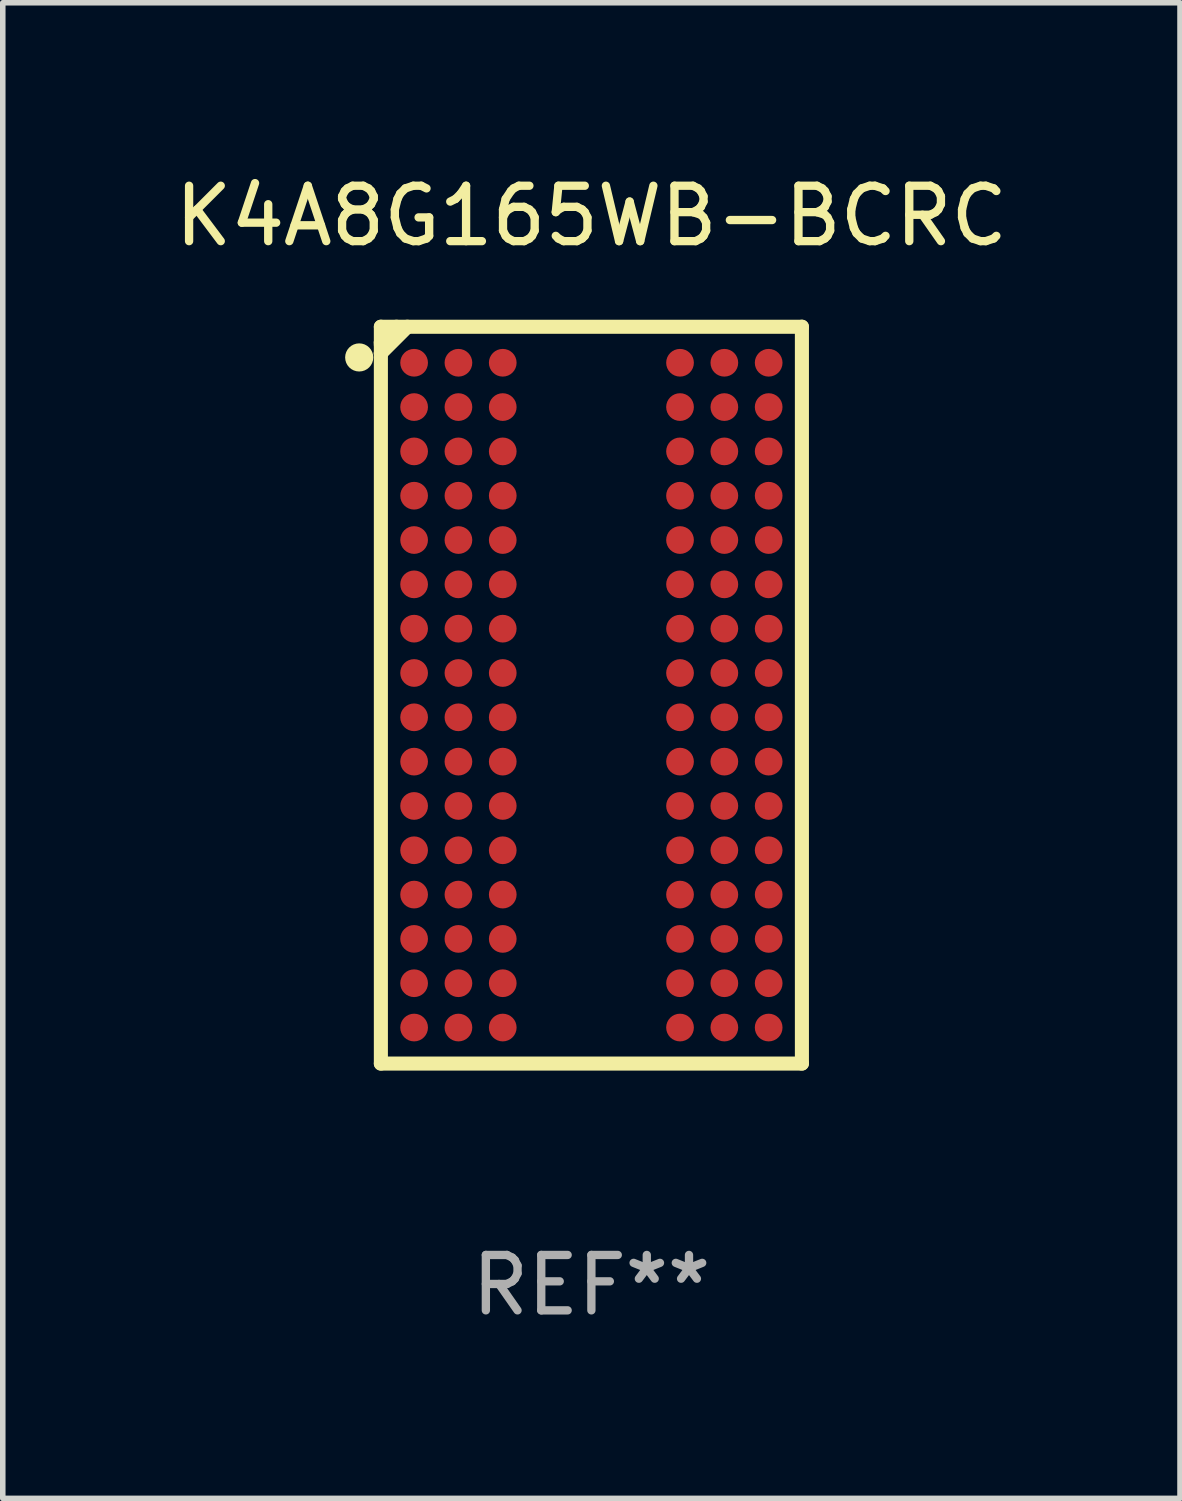
<source format=kicad_pcb>
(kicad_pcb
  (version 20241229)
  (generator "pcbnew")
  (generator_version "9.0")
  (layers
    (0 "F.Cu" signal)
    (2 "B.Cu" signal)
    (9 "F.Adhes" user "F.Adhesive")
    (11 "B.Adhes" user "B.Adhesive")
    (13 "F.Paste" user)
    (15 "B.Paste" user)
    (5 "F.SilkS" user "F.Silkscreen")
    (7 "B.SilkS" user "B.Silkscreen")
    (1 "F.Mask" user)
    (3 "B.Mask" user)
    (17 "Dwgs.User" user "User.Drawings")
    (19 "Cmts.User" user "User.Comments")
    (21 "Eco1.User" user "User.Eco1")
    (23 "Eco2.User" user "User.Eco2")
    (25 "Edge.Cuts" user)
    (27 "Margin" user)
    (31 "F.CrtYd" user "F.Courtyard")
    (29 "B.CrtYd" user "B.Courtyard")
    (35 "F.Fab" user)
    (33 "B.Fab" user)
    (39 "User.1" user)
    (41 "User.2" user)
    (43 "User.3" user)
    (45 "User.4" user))
  (footprint "K4A8G165WB-BCRC"
    (layer "F.Cu")
    (at 7.625 9.498)
    (property "Reference" "K4A8G165WB-BCRC" (at 0 -8.65 0) (layer "F.SilkS") (effects (font (size 1 1) (thickness 0.15))))
    (attr through_hole)
    (fp_line (start -3.8 -6.65) (end -3.8 6.65) (stroke (width 0.254) (type solid)) (layer "F.SilkS"))
    (fp_line (start -3.8 -6.65) (end 3.8 -6.65) (stroke (width 0.254) (type solid)) (layer "F.SilkS"))
    (fp_line (start -3.8 -6.368) (end -3.8 -6.323) (stroke (width 0.254) (type solid)) (layer "F.SilkS"))
    (fp_line (start -3.8 -6.172) (end -3.8 -6.163) (stroke (width 0.254) (type solid)) (layer "F.SilkS"))
    (fp_line (start -3.8 6.65) (end 3.8 6.65) (stroke (width 0.254) (type solid)) (layer "F.SilkS"))
    (fp_line (start -3.518 -6.65) (end -3.8 -6.368) (stroke (width 0.254) (type solid)) (layer "F.SilkS"))
    (fp_line (start -3.322 -6.65) (end -3.8 -6.172) (stroke (width 0.254) (type solid)) (layer "F.SilkS"))
    (fp_line (start 3.8 -6.65) (end 3.8 6.65) (stroke (width 0.254) (type solid)) (layer "F.SilkS"))
    (fp_circle (center -4.191 -6.096) (end -4.064 -6.096) (stroke (width 0.254) (type solid)) (fill no) (layer "F.SilkS"))
    (fp_circle (center -3.75 -6.65) (end -3.72 -6.65) (stroke (width 0.06) (type solid)) (fill no) (layer "F.SilkS"))
    (fp_text user "REF**" (at 0 10.65 0) (layer "F.Fab") (effects (font (size 1 1) (thickness 0.15))))
    (pad "A1" smd circle (at -3.2 -6) (size 0.5 0.5) (layers "F.Cu" "F.Mask" "F.Paste"))
    (pad "A2" smd circle (at -2.4 -6) (size 0.5 0.5) (layers "F.Cu" "F.Mask" "F.Paste"))
    (pad "A3" smd circle (at -1.6 -6) (size 0.5 0.5) (layers "F.Cu" "F.Mask" "F.Paste"))
    (pad "A7" smd circle (at 1.6 -6) (size 0.5 0.5) (layers "F.Cu" "F.Mask" "F.Paste"))
    (pad "A8" smd circle (at 2.4 -6) (size 0.5 0.5) (layers "F.Cu" "F.Mask" "F.Paste"))
    (pad "A9" smd circle (at 3.2 -6) (size 0.5 0.5) (layers "F.Cu" "F.Mask" "F.Paste"))
    (pad "B1" smd circle (at -3.2 -5.2) (size 0.5 0.5) (layers "F.Cu" "F.Mask" "F.Paste"))
    (pad "B2" smd circle (at -2.4 -5.2) (size 0.5 0.5) (layers "F.Cu" "F.Mask" "F.Paste"))
    (pad "B3" smd circle (at -1.6 -5.2) (size 0.5 0.5) (layers "F.Cu" "F.Mask" "F.Paste"))
    (pad "B7" smd circle (at 1.6 -5.2) (size 0.5 0.5) (layers "F.Cu" "F.Mask" "F.Paste"))
    (pad "B8" smd circle (at 2.4 -5.2) (size 0.5 0.5) (layers "F.Cu" "F.Mask" "F.Paste"))
    (pad "B9" smd circle (at 3.2 -5.2) (size 0.5 0.5) (layers "F.Cu" "F.Mask" "F.Paste"))
    (pad "C1" smd circle (at -3.2 -4.4) (size 0.5 0.5) (layers "F.Cu" "F.Mask" "F.Paste"))
    (pad "C2" smd circle (at -2.4 -4.4) (size 0.5 0.5) (layers "F.Cu" "F.Mask" "F.Paste"))
    (pad "C3" smd circle (at -1.6 -4.4) (size 0.5 0.5) (layers "F.Cu" "F.Mask" "F.Paste"))
    (pad "C7" smd circle (at 1.6 -4.4) (size 0.5 0.5) (layers "F.Cu" "F.Mask" "F.Paste"))
    (pad "C8" smd circle (at 2.4 -4.4) (size 0.5 0.5) (layers "F.Cu" "F.Mask" "F.Paste"))
    (pad "C9" smd circle (at 3.2 -4.4) (size 0.5 0.5) (layers "F.Cu" "F.Mask" "F.Paste"))
    (pad "D1" smd circle (at -3.2 -3.6) (size 0.5 0.5) (layers "F.Cu" "F.Mask" "F.Paste"))
    (pad "D2" smd circle (at -2.4 -3.6) (size 0.5 0.5) (layers "F.Cu" "F.Mask" "F.Paste"))
    (pad "D3" smd circle (at -1.6 -3.6) (size 0.5 0.5) (layers "F.Cu" "F.Mask" "F.Paste"))
    (pad "D7" smd circle (at 1.6 -3.6) (size 0.5 0.5) (layers "F.Cu" "F.Mask" "F.Paste"))
    (pad "D8" smd circle (at 2.4 -3.6) (size 0.5 0.5) (layers "F.Cu" "F.Mask" "F.Paste"))
    (pad "D9" smd circle (at 3.2 -3.6) (size 0.5 0.5) (layers "F.Cu" "F.Mask" "F.Paste"))
    (pad "E1" smd circle (at -3.2 -2.8) (size 0.5 0.5) (layers "F.Cu" "F.Mask" "F.Paste"))
    (pad "E2" smd circle (at -2.4 -2.8) (size 0.5 0.5) (layers "F.Cu" "F.Mask" "F.Paste"))
    (pad "E3" smd circle (at -1.6 -2.8) (size 0.5 0.5) (layers "F.Cu" "F.Mask" "F.Paste"))
    (pad "E7" smd circle (at 1.6 -2.8) (size 0.5 0.5) (layers "F.Cu" "F.Mask" "F.Paste"))
    (pad "E8" smd circle (at 2.4 -2.8) (size 0.5 0.5) (layers "F.Cu" "F.Mask" "F.Paste"))
    (pad "E9" smd circle (at 3.2 -2.8) (size 0.5 0.5) (layers "F.Cu" "F.Mask" "F.Paste"))
    (pad "F1" smd circle (at -3.2 -2) (size 0.5 0.5) (layers "F.Cu" "F.Mask" "F.Paste"))
    (pad "F2" smd circle (at -2.4 -2) (size 0.5 0.5) (layers "F.Cu" "F.Mask" "F.Paste"))
    (pad "F3" smd circle (at -1.6 -2) (size 0.5 0.5) (layers "F.Cu" "F.Mask" "F.Paste"))
    (pad "F7" smd circle (at 1.6 -2) (size 0.5 0.5) (layers "F.Cu" "F.Mask" "F.Paste"))
    (pad "F8" smd circle (at 2.4 -2) (size 0.5 0.5) (layers "F.Cu" "F.Mask" "F.Paste"))
    (pad "F9" smd circle (at 3.2 -2) (size 0.5 0.5) (layers "F.Cu" "F.Mask" "F.Paste"))
    (pad "G1" smd circle (at -3.2 -1.2) (size 0.5 0.5) (layers "F.Cu" "F.Mask" "F.Paste"))
    (pad "G2" smd circle (at -2.4 -1.2) (size 0.5 0.5) (layers "F.Cu" "F.Mask" "F.Paste"))
    (pad "G3" smd circle (at -1.6 -1.2) (size 0.5 0.5) (layers "F.Cu" "F.Mask" "F.Paste"))
    (pad "G7" smd circle (at 1.6 -1.2) (size 0.5 0.5) (layers "F.Cu" "F.Mask" "F.Paste"))
    (pad "G8" smd circle (at 2.4 -1.2) (size 0.5 0.5) (layers "F.Cu" "F.Mask" "F.Paste"))
    (pad "G9" smd circle (at 3.2 -1.2) (size 0.5 0.5) (layers "F.Cu" "F.Mask" "F.Paste"))
    (pad "H1" smd circle (at -3.2 -0.4) (size 0.5 0.5) (layers "F.Cu" "F.Mask" "F.Paste"))
    (pad "H2" smd circle (at -2.4 -0.4) (size 0.5 0.5) (layers "F.Cu" "F.Mask" "F.Paste"))
    (pad "H3" smd circle (at -1.6 -0.4) (size 0.5 0.5) (layers "F.Cu" "F.Mask" "F.Paste"))
    (pad "H7" smd circle (at 1.6 -0.4) (size 0.5 0.5) (layers "F.Cu" "F.Mask" "F.Paste"))
    (pad "H8" smd circle (at 2.4 -0.4) (size 0.5 0.5) (layers "F.Cu" "F.Mask" "F.Paste"))
    (pad "H9" smd circle (at 3.2 -0.4) (size 0.5 0.5) (layers "F.Cu" "F.Mask" "F.Paste"))
    (pad "J1" smd circle (at -3.2 0.4) (size 0.5 0.5) (layers "F.Cu" "F.Mask" "F.Paste"))
    (pad "J2" smd circle (at -2.4 0.4) (size 0.5 0.5) (layers "F.Cu" "F.Mask" "F.Paste"))
    (pad "J3" smd circle (at -1.6 0.4) (size 0.5 0.5) (layers "F.Cu" "F.Mask" "F.Paste"))
    (pad "J7" smd circle (at 1.6 0.4) (size 0.5 0.5) (layers "F.Cu" "F.Mask" "F.Paste"))
    (pad "J8" smd circle (at 2.4 0.4) (size 0.5 0.5) (layers "F.Cu" "F.Mask" "F.Paste"))
    (pad "J9" smd circle (at 3.2 0.4) (size 0.5 0.5) (layers "F.Cu" "F.Mask" "F.Paste"))
    (pad "K1" smd circle (at -3.2 1.2) (size 0.5 0.5) (layers "F.Cu" "F.Mask" "F.Paste"))
    (pad "K2" smd circle (at -2.4 1.2) (size 0.5 0.5) (layers "F.Cu" "F.Mask" "F.Paste"))
    (pad "K3" smd circle (at -1.6 1.2) (size 0.5 0.5) (layers "F.Cu" "F.Mask" "F.Paste"))
    (pad "K7" smd circle (at 1.6 1.2) (size 0.5 0.5) (layers "F.Cu" "F.Mask" "F.Paste"))
    (pad "K8" smd circle (at 2.4 1.2) (size 0.5 0.5) (layers "F.Cu" "F.Mask" "F.Paste"))
    (pad "K9" smd circle (at 3.2 1.2) (size 0.5 0.5) (layers "F.Cu" "F.Mask" "F.Paste"))
    (pad "L1" smd circle (at -3.2 2) (size 0.5 0.5) (layers "F.Cu" "F.Mask" "F.Paste"))
    (pad "L2" smd circle (at -2.4 2) (size 0.5 0.5) (layers "F.Cu" "F.Mask" "F.Paste"))
    (pad "L3" smd circle (at -1.6 2) (size 0.5 0.5) (layers "F.Cu" "F.Mask" "F.Paste"))
    (pad "L7" smd circle (at 1.6 2) (size 0.5 0.5) (layers "F.Cu" "F.Mask" "F.Paste"))
    (pad "L8" smd circle (at 2.4 2) (size 0.5 0.5) (layers "F.Cu" "F.Mask" "F.Paste"))
    (pad "L9" smd circle (at 3.2 2) (size 0.5 0.5) (layers "F.Cu" "F.Mask" "F.Paste"))
    (pad "M1" smd circle (at -3.2 2.8) (size 0.5 0.5) (layers "F.Cu" "F.Mask" "F.Paste"))
    (pad "M2" smd circle (at -2.4 2.8) (size 0.5 0.5) (layers "F.Cu" "F.Mask" "F.Paste"))
    (pad "M3" smd circle (at -1.6 2.8) (size 0.5 0.5) (layers "F.Cu" "F.Mask" "F.Paste"))
    (pad "M7" smd circle (at 1.6 2.8) (size 0.5 0.5) (layers "F.Cu" "F.Mask" "F.Paste"))
    (pad "M8" smd circle (at 2.4 2.8) (size 0.5 0.5) (layers "F.Cu" "F.Mask" "F.Paste"))
    (pad "M9" smd circle (at 3.2 2.8) (size 0.5 0.5) (layers "F.Cu" "F.Mask" "F.Paste"))
    (pad "N1" smd circle (at -3.2 3.6) (size 0.5 0.5) (layers "F.Cu" "F.Mask" "F.Paste"))
    (pad "N2" smd circle (at -2.4 3.6) (size 0.5 0.5) (layers "F.Cu" "F.Mask" "F.Paste"))
    (pad "N3" smd circle (at -1.6 3.6) (size 0.5 0.5) (layers "F.Cu" "F.Mask" "F.Paste"))
    (pad "N7" smd circle (at 1.6 3.6) (size 0.5 0.5) (layers "F.Cu" "F.Mask" "F.Paste"))
    (pad "N8" smd circle (at 2.4 3.6) (size 0.5 0.5) (layers "F.Cu" "F.Mask" "F.Paste"))
    (pad "N9" smd circle (at 3.2 3.6) (size 0.5 0.5) (layers "F.Cu" "F.Mask" "F.Paste"))
    (pad "P1" smd circle (at -3.2 4.4) (size 0.5 0.5) (layers "F.Cu" "F.Mask" "F.Paste"))
    (pad "P2" smd circle (at -2.4 4.4) (size 0.5 0.5) (layers "F.Cu" "F.Mask" "F.Paste"))
    (pad "P3" smd circle (at -1.6 4.4) (size 0.5 0.5) (layers "F.Cu" "F.Mask" "F.Paste"))
    (pad "P7" smd circle (at 1.6 4.4) (size 0.5 0.5) (layers "F.Cu" "F.Mask" "F.Paste"))
    (pad "P8" smd circle (at 2.4 4.4) (size 0.5 0.5) (layers "F.Cu" "F.Mask" "F.Paste"))
    (pad "P9" smd circle (at 3.2 4.4) (size 0.5 0.5) (layers "F.Cu" "F.Mask" "F.Paste"))
    (pad "R1" smd circle (at -3.2 5.2) (size 0.5 0.5) (layers "F.Cu" "F.Mask" "F.Paste"))
    (pad "R2" smd circle (at -2.4 5.2) (size 0.5 0.5) (layers "F.Cu" "F.Mask" "F.Paste"))
    (pad "R3" smd circle (at -1.6 5.2) (size 0.5 0.5) (layers "F.Cu" "F.Mask" "F.Paste"))
    (pad "R7" smd circle (at 1.6 5.2) (size 0.5 0.5) (layers "F.Cu" "F.Mask" "F.Paste"))
    (pad "R8" smd circle (at 2.4 5.2) (size 0.5 0.5) (layers "F.Cu" "F.Mask" "F.Paste"))
    (pad "R9" smd circle (at 3.2 5.2) (size 0.5 0.5) (layers "F.Cu" "F.Mask" "F.Paste"))
    (pad "T1" smd circle (at -3.2 6) (size 0.5 0.5) (layers "F.Cu" "F.Mask" "F.Paste"))
    (pad "T2" smd circle (at -2.4 6) (size 0.5 0.5) (layers "F.Cu" "F.Mask" "F.Paste"))
    (pad "T3" smd circle (at -1.6 6) (size 0.5 0.5) (layers "F.Cu" "F.Mask" "F.Paste"))
    (pad "T7" smd circle (at 1.6 6) (size 0.5 0.5) (layers "F.Cu" "F.Mask" "F.Paste"))
    (pad "T8" smd circle (at 2.4 6) (size 0.5 0.5) (layers "F.Cu" "F.Mask" "F.Paste"))
    (pad "T9" smd circle (at 3.2 6) (size 0.5 0.5) (layers "F.Cu" "F.Mask" "F.Paste")))
  (gr_rect
    (start -3 -3)
    (end 18.25 23.997)
    (stroke (width 0.1) (type default))
    (fill no)
    (layer "Edge.Cuts")))
</source>
